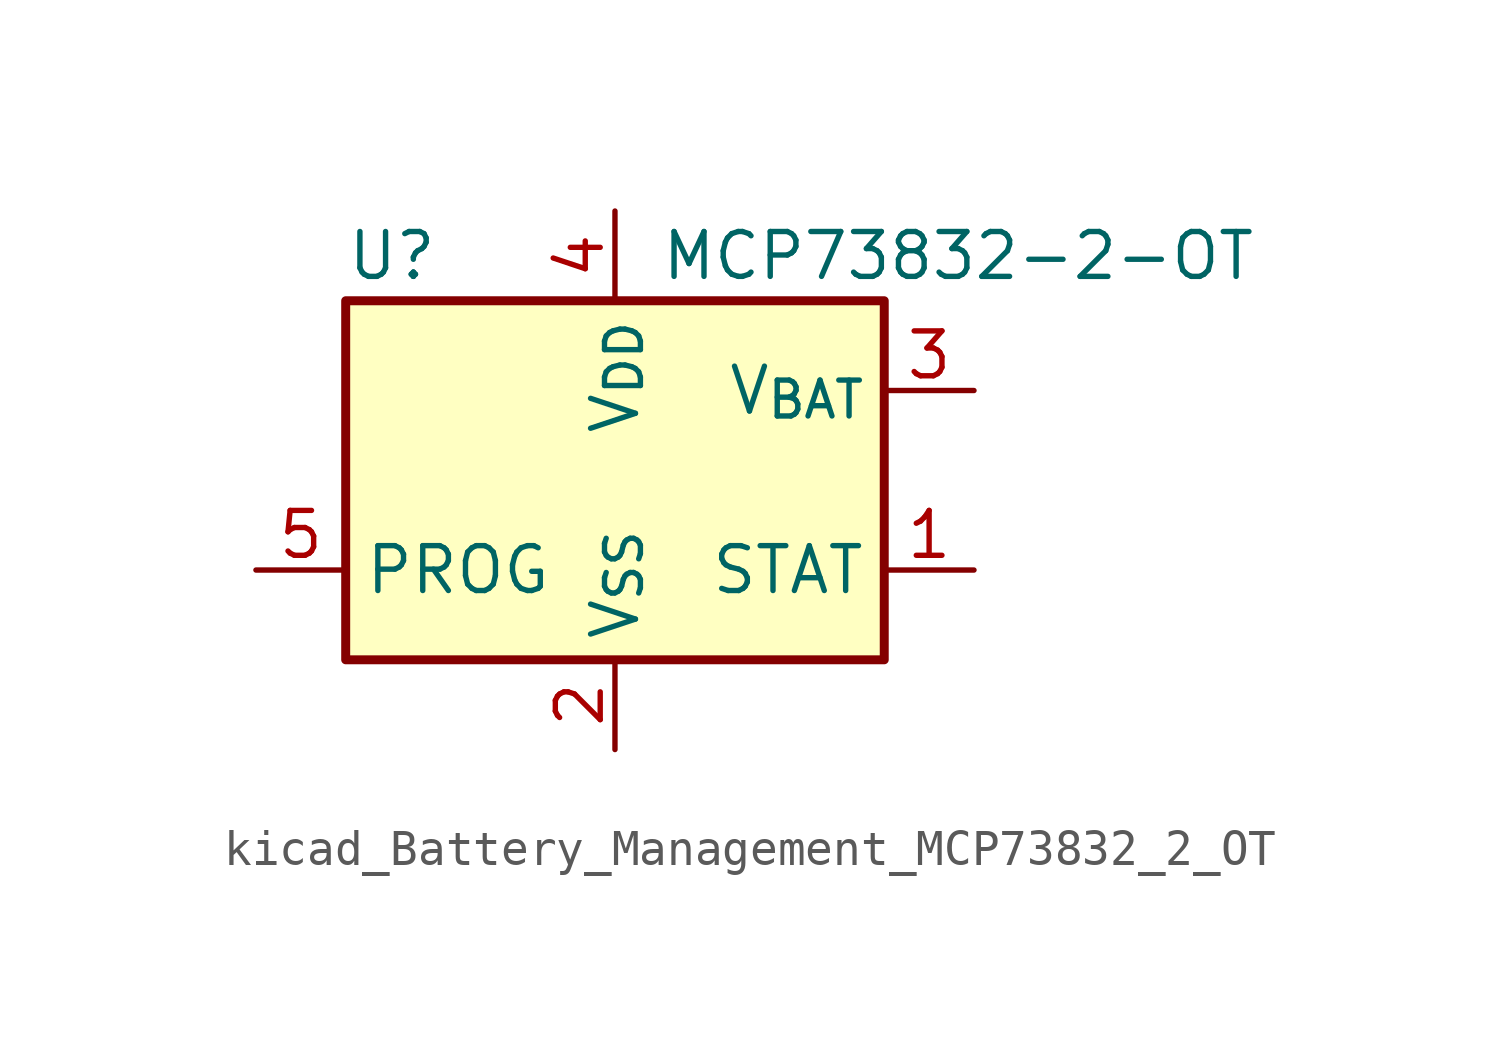
<source format=kicad_sym>
(kicad_symbol_lib
  (version 20220914)
  (generator kicad_symbol_editor)
  (symbol "kicad_Battery_Management_MCP73832_2_OT"
    (property "Reference" "U"
      (at -7.62 6.35 0)
      (effects (font (size 1.27 1.27)) (justify left)))
    (property "Value" "MCP73832-2-OT"
      (at 1.27 6.35 0)
      (effects (font (size 1.27 1.27)) (justify left)))
    (symbol "kicad_Battery_Management_MCP73832_2_OT_0_1"
      (rectangle (start -7.62 5.08) (end 7.62 -5.08) (stroke (width 0.254) (type default)) (fill (type background))))
    (symbol "kicad_Battery_Management_MCP73832_2_OT_1_1"
      (pin output line (at 10.16 -2.54 180) (length 2.54) (name "STAT" (effects (font (size 1.27 1.27)))) (number "1" (effects (font (size 1.27 1.27)))))
      (pin power_in line (at 0 -7.62 90) (length 2.54) (name "V_{SS}" (effects (font (size 1.27 1.27)))) (number "2" (effects (font (size 1.27 1.27)))))
      (pin power_out line (at 10.16 2.54 180) (length 2.54) (name "V_{BAT}" (effects (font (size 1.27 1.27)))) (number "3" (effects (font (size 1.27 1.27)))))
      (pin power_in line (at 0 7.62 270) (length 2.54) (name "V_{DD}" (effects (font (size 1.27 1.27)))) (number "4" (effects (font (size 1.27 1.27)))))
      (pin input line (at -10.16 -2.54 0) (length 2.54) (name "PROG" (effects (font (size 1.27 1.27)))) (number "5" (effects (font (size 1.27 1.27))))))))
</source>
